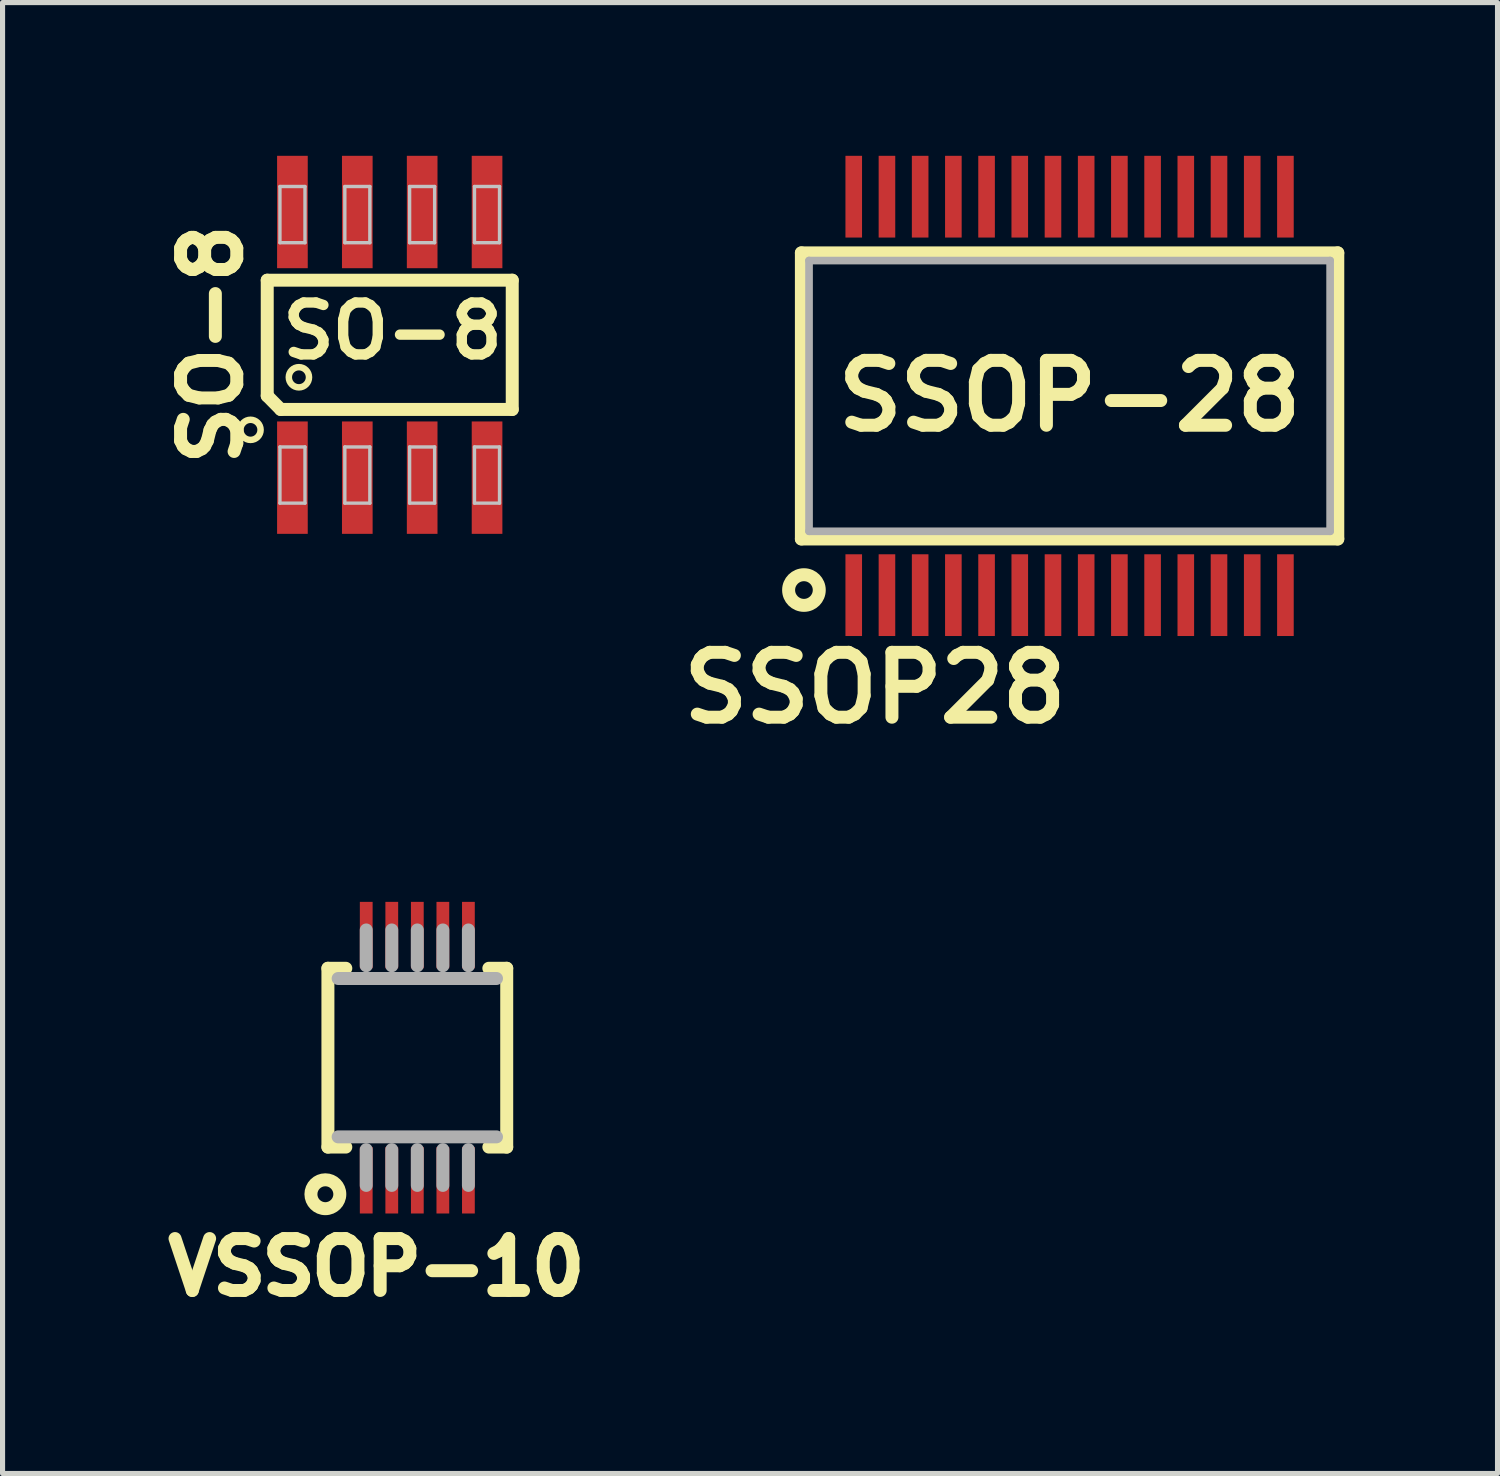
<source format=kicad_pcb>
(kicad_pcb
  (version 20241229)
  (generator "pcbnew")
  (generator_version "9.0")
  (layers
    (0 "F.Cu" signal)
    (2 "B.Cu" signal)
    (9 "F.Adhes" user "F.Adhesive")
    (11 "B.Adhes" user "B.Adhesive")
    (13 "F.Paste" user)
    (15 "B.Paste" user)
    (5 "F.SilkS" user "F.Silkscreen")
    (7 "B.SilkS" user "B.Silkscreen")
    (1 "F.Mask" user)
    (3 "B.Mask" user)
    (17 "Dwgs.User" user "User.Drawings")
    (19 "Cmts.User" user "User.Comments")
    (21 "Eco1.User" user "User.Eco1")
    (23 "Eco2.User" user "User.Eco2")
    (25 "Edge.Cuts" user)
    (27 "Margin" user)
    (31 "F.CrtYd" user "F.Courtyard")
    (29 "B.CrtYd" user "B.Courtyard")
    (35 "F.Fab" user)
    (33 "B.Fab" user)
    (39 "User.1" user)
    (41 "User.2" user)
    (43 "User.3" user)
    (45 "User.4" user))
  (footprint "SO-8"
    (layer "F.Cu")
    (at 4.579 3.7)
    (property "Reference" "SO-8" (at -3.49 -0.008 90) (layer "F.SilkS") (effects (font (size 1.1 1.1) (thickness 0.254))))
    (attr smd)
    (fp_line (start -2.398 -1.265) (end 2.398 -1.265) (stroke (width 0.254) (type solid)) (layer "F.SilkS"))
    (fp_line (start -2.398 0.998) (end -2.398 -1.265) (stroke (width 0.254) (type solid)) (layer "F.SilkS"))
    (fp_line (start -2.134 1.265) (end -2.398 0.998) (stroke (width 0.254) (type solid)) (layer "F.SilkS"))
    (fp_line (start 2.398 -1.265) (end 2.398 1.265) (stroke (width 0.254) (type solid)) (layer "F.SilkS"))
    (fp_line (start 2.398 1.265) (end -2.134 1.265) (stroke (width 0.254) (type solid)) (layer "F.SilkS"))
    (fp_circle (center -2.725 1.664) (end -2.865 1.803) (stroke (width 0.127) (type solid)) (fill no) (layer "F.SilkS"))
    (fp_circle (center -1.778 0.635) (end -1.918 0.775) (stroke (width 0.127) (type solid)) (fill no) (layer "F.SilkS"))
    (fp_line (start -2.149 -3.099) (end -1.659 -3.099) (stroke (width 0.066) (type solid)) (layer "Dwgs.User"))
    (fp_line (start -2.149 -1.999) (end -2.149 -3.099) (stroke (width 0.066) (type solid)) (layer "Dwgs.User"))
    (fp_line (start -2.149 -1.999) (end -1.659 -1.999) (stroke (width 0.066) (type solid)) (layer "Dwgs.User"))
    (fp_line (start -2.149 1.999) (end -1.659 1.999) (stroke (width 0.066) (type solid)) (layer "Dwgs.User"))
    (fp_line (start -2.149 3.099) (end -2.149 1.999) (stroke (width 0.066) (type solid)) (layer "Dwgs.User"))
    (fp_line (start -2.149 3.099) (end -1.659 3.099) (stroke (width 0.066) (type solid)) (layer "Dwgs.User"))
    (fp_line (start -1.659 -1.999) (end -1.659 -3.099) (stroke (width 0.066) (type solid)) (layer "Dwgs.User"))
    (fp_line (start -1.659 3.099) (end -1.659 1.999) (stroke (width 0.066) (type solid)) (layer "Dwgs.User"))
    (fp_line (start -0.879 -3.099) (end -0.389 -3.099) (stroke (width 0.066) (type solid)) (layer "Dwgs.User"))
    (fp_line (start -0.879 -1.999) (end -0.879 -3.099) (stroke (width 0.066) (type solid)) (layer "Dwgs.User"))
    (fp_line (start -0.879 -1.999) (end -0.389 -1.999) (stroke (width 0.066) (type solid)) (layer "Dwgs.User"))
    (fp_line (start -0.879 1.999) (end -0.389 1.999) (stroke (width 0.066) (type solid)) (layer "Dwgs.User"))
    (fp_line (start -0.879 3.099) (end -0.879 1.999) (stroke (width 0.066) (type solid)) (layer "Dwgs.User"))
    (fp_line (start -0.879 3.099) (end -0.389 3.099) (stroke (width 0.066) (type solid)) (layer "Dwgs.User"))
    (fp_line (start -0.389 -1.999) (end -0.389 -3.099) (stroke (width 0.066) (type solid)) (layer "Dwgs.User"))
    (fp_line (start -0.389 3.099) (end -0.389 1.999) (stroke (width 0.066) (type solid)) (layer "Dwgs.User"))
    (fp_line (start 0.389 -3.099) (end 0.879 -3.099) (stroke (width 0.066) (type solid)) (layer "Dwgs.User"))
    (fp_line (start 0.389 -1.999) (end 0.389 -3.099) (stroke (width 0.066) (type solid)) (layer "Dwgs.User"))
    (fp_line (start 0.389 -1.999) (end 0.879 -1.999) (stroke (width 0.066) (type solid)) (layer "Dwgs.User"))
    (fp_line (start 0.389 1.999) (end 0.879 1.999) (stroke (width 0.066) (type solid)) (layer "Dwgs.User"))
    (fp_line (start 0.389 3.099) (end 0.389 1.999) (stroke (width 0.066) (type solid)) (layer "Dwgs.User"))
    (fp_line (start 0.389 3.099) (end 0.879 3.099) (stroke (width 0.066) (type solid)) (layer "Dwgs.User"))
    (fp_line (start 0.879 -1.999) (end 0.879 -3.099) (stroke (width 0.066) (type solid)) (layer "Dwgs.User"))
    (fp_line (start 0.879 3.099) (end 0.879 1.999) (stroke (width 0.066) (type solid)) (layer "Dwgs.User"))
    (fp_line (start 1.659 -3.099) (end 2.149 -3.099) (stroke (width 0.066) (type solid)) (layer "Dwgs.User"))
    (fp_line (start 1.659 -1.999) (end 1.659 -3.099) (stroke (width 0.066) (type solid)) (layer "Dwgs.User"))
    (fp_line (start 1.659 -1.999) (end 2.149 -1.999) (stroke (width 0.066) (type solid)) (layer "Dwgs.User"))
    (fp_line (start 1.659 1.999) (end 2.149 1.999) (stroke (width 0.066) (type solid)) (layer "Dwgs.User"))
    (fp_line (start 1.659 3.099) (end 1.659 1.999) (stroke (width 0.066) (type solid)) (layer "Dwgs.User"))
    (fp_line (start 1.659 3.099) (end 2.149 3.099) (stroke (width 0.066) (type solid)) (layer "Dwgs.User"))
    (fp_line (start 2.149 -1.999) (end 2.149 -3.099) (stroke (width 0.066) (type solid)) (layer "Dwgs.User"))
    (fp_line (start 2.149 3.099) (end 2.149 1.999) (stroke (width 0.066) (type solid)) (layer "Dwgs.User"))
    (fp_text user "SO-8" (at 0.056 -0.272 0) (layer "F.SilkS") (effects (font (size 1.016 1.016) (thickness 0.203))))
    (pad "1" smd rect (at -1.905 2.6) (size 0.6 2.2) (layers "F.Cu" "F.Mask" "F.Paste"))
    (pad "2" smd rect (at -0.635 2.6) (size 0.6 2.2) (layers "F.Cu" "F.Mask" "F.Paste"))
    (pad "3" smd rect (at 0.635 2.6) (size 0.6 2.2) (layers "F.Cu" "F.Mask" "F.Paste"))
    (pad "4" smd rect (at 1.905 2.6) (size 0.6 2.2) (layers "F.Cu" "F.Mask" "F.Paste"))
    (pad "5" smd rect (at 1.905 -2.6) (size 0.6 2.2) (layers "F.Cu" "F.Mask" "F.Paste"))
    (pad "6" smd rect (at 0.635 -2.6) (size 0.6 2.2) (layers "F.Cu" "F.Mask" "F.Paste"))
    (pad "7" smd rect (at -0.635 -2.6) (size 0.6 2.2) (layers "F.Cu" "F.Mask" "F.Paste"))
    (pad "8" smd rect (at -1.905 -2.6) (size 0.6 2.2) (layers "F.Cu" "F.Mask" "F.Paste")))
  (footprint "VSSOP-10"
    (layer "F.Cu")
    (at 5.119 17.654)
    (property "Reference" "VSSOP-10" (at -0.8 4.1 0) (layer "F.SilkS") (effects (font (size 1.016 1.016) (thickness 0.254))))
    (attr smd)
    (fp_line (start -1.75 1.75) (end -1.75 -1.75) (stroke (width 0.254) (type solid)) (layer "F.SilkS"))
    (fp_line (start -1.4 -1.75) (end -1.75 -1.75) (stroke (width 0.254) (type solid)) (layer "F.SilkS"))
    (fp_line (start -1.4 1.75) (end -1.75 1.75) (stroke (width 0.254) (type solid)) (layer "F.SilkS"))
    (fp_line (start 1.75 -1.75) (end 1.4 -1.75) (stroke (width 0.254) (type solid)) (layer "F.SilkS"))
    (fp_line (start 1.75 -1.75) (end 1.75 1.75) (stroke (width 0.254) (type solid)) (layer "F.SilkS"))
    (fp_line (start 1.75 1.75) (end 1.4 1.75) (stroke (width 0.254) (type solid)) (layer "F.SilkS"))
    (fp_circle (center -1.8 2.673) (end -1.6 2.873) (stroke (width 0.254) (type solid)) (fill no) (layer "F.SilkS"))
    (fp_line (start -1.55 -1.55) (end 1.55 -1.55) (stroke (width 0.254) (type solid)) (layer "F.Fab"))
    (fp_line (start -1 -2.5) (end -1 -1.8) (stroke (width 0.254) (type solid)) (layer "F.Fab"))
    (fp_line (start -1 1.8) (end -1 2.5) (stroke (width 0.254) (type solid)) (layer "F.Fab"))
    (fp_line (start -0.5 -2.5) (end -0.5 -1.8) (stroke (width 0.254) (type solid)) (layer "F.Fab"))
    (fp_line (start -0.5 1.8) (end -0.5 2.5) (stroke (width 0.254) (type solid)) (layer "F.Fab"))
    (fp_line (start 0 -2.5) (end 0 -1.8) (stroke (width 0.254) (type solid)) (layer "F.Fab"))
    (fp_line (start 0 1.8) (end 0 2.5) (stroke (width 0.254) (type solid)) (layer "F.Fab"))
    (fp_line (start 0.5 -2.5) (end 0.5 -1.8) (stroke (width 0.254) (type solid)) (layer "F.Fab"))
    (fp_line (start 0.5 1.8) (end 0.5 2.5) (stroke (width 0.254) (type solid)) (layer "F.Fab"))
    (fp_line (start 1 -2.5) (end 1 -1.8) (stroke (width 0.254) (type solid)) (layer "F.Fab"))
    (fp_line (start 1 1.8) (end 1 2.5) (stroke (width 0.254) (type solid)) (layer "F.Fab"))
    (fp_line (start 1.55 1.55) (end -1.55 1.55) (stroke (width 0.254) (type solid)) (layer "F.Fab"))
    (pad "1" smd rect (at -1 2.4) (size 0.25 1.3) (layers "F.Cu" "F.Mask" "F.Paste"))
    (pad "2" smd rect (at -0.5 2.4) (size 0.25 1.3) (layers "F.Cu" "F.Mask" "F.Paste"))
    (pad "3" smd rect (at 0 2.4) (size 0.25 1.3) (layers "F.Cu" "F.Mask" "F.Paste"))
    (pad "4" smd rect (at 0.5 2.4) (size 0.25 1.3) (layers "F.Cu" "F.Mask" "F.Paste"))
    (pad "5" smd rect (at 1 2.4) (size 0.25 1.3) (layers "F.Cu" "F.Mask" "F.Paste"))
    (pad "6" smd rect (at 1 -2.4) (size 0.25 1.3) (layers "F.Cu" "F.Mask" "F.Paste"))
    (pad "7" smd rect (at 0.5 -2.4) (size 0.25 1.3) (layers "F.Cu" "F.Mask" "F.Paste"))
    (pad "8" smd rect (at 0 -2.4) (size 0.25 1.3) (layers "F.Cu" "F.Mask" "F.Paste"))
    (pad "9" smd rect (at -0.5 -2.4) (size 0.25 1.3) (layers "F.Cu" "F.Mask" "F.Paste"))
    (pad "10" smd rect (at -1 -2.4) (size 0.25 1.3) (layers "F.Cu" "F.Mask" "F.Paste")))
  (footprint "SSOP28"
    (layer "F.Cu")
    (at 17.887 4.7)
    (property "Reference" "SSOP28" (at -3.81 5.715 0) (layer "F.SilkS") (effects (font (size 1.27 1.27) (thickness 0.254))))
    (attr smd)
    (fp_line (start -5.25 -2.8) (end 5.25 -2.8) (stroke (width 0.254) (type solid)) (layer "F.SilkS"))
    (fp_line (start -5.25 2.8) (end -5.25 -2.8) (stroke (width 0.254) (type solid)) (layer "F.SilkS"))
    (fp_line (start 5.25 -2.8) (end 5.25 2.8) (stroke (width 0.254) (type solid)) (layer "F.SilkS"))
    (fp_line (start 5.25 2.8) (end -5.25 2.8) (stroke (width 0.254) (type solid)) (layer "F.SilkS"))
    (fp_circle (center -5.2 3.8) (end -5.2 3.5) (stroke (width 0.254) (type solid)) (fill no) (layer "F.SilkS"))
    (fp_line (start -5.1 -2.65) (end -5.1 2.65) (stroke (width 0.15) (type solid)) (layer "F.Fab"))
    (fp_line (start -5.1 2.65) (end 5.1 2.65) (stroke (width 0.15) (type solid)) (layer "F.Fab"))
    (fp_line (start 5.1 -2.65) (end -5.1 -2.65) (stroke (width 0.15) (type solid)) (layer "F.Fab"))
    (fp_line (start 5.1 2.65) (end 5.1 -2.65) (stroke (width 0.15) (type solid)) (layer "F.Fab"))
    (fp_text user "SSOP-28" (at 0 0 0) (layer "F.SilkS") (effects (font (size 1.27 1.27) (thickness 0.254))))
    (pad "1" smd rect (at -4.225 3.9 90) (size 1.6 0.325) (layers "F.Cu" "F.Mask" "F.Paste"))
    (pad "2" smd rect (at -3.575 3.9 90) (size 1.6 0.325) (layers "F.Cu" "F.Mask" "F.Paste"))
    (pad "3" smd rect (at -2.925 3.9 90) (size 1.6 0.325) (layers "F.Cu" "F.Mask" "F.Paste"))
    (pad "4" smd rect (at -2.275 3.9 90) (size 1.6 0.325) (layers "F.Cu" "F.Mask" "F.Paste"))
    (pad "5" smd rect (at -1.625 3.9 90) (size 1.6 0.325) (layers "F.Cu" "F.Mask" "F.Paste"))
    (pad "6" smd rect (at -0.975 3.9 90) (size 1.6 0.325) (layers "F.Cu" "F.Mask" "F.Paste"))
    (pad "7" smd rect (at -0.325 3.9 90) (size 1.6 0.325) (layers "F.Cu" "F.Mask" "F.Paste"))
    (pad "8" smd rect (at 0.325 3.9 90) (size 1.6 0.325) (layers "F.Cu" "F.Mask" "F.Paste"))
    (pad "9" smd rect (at 0.975 3.9 90) (size 1.6 0.325) (layers "F.Cu" "F.Mask" "F.Paste"))
    (pad "10" smd rect (at 1.625 3.9 90) (size 1.6 0.325) (layers "F.Cu" "F.Mask" "F.Paste"))
    (pad "11" smd rect (at 2.275 3.9 90) (size 1.6 0.325) (layers "F.Cu" "F.Mask" "F.Paste"))
    (pad "12" smd rect (at 2.925 3.9 90) (size 1.6 0.325) (layers "F.Cu" "F.Mask" "F.Paste"))
    (pad "13" smd rect (at 3.575 3.9 90) (size 1.6 0.325) (layers "F.Cu" "F.Mask" "F.Paste"))
    (pad "14" smd rect (at 4.225 3.9 90) (size 1.6 0.325) (layers "F.Cu" "F.Mask" "F.Paste"))
    (pad "15" smd rect (at 4.225 -3.9 90) (size 1.6 0.325) (layers "F.Cu" "F.Mask" "F.Paste"))
    (pad "16" smd rect (at 3.575 -3.9 90) (size 1.6 0.325) (layers "F.Cu" "F.Mask" "F.Paste"))
    (pad "17" smd rect (at 2.925 -3.9 90) (size 1.6 0.325) (layers "F.Cu" "F.Mask" "F.Paste"))
    (pad "18" smd rect (at 2.275 -3.9 90) (size 1.6 0.325) (layers "F.Cu" "F.Mask" "F.Paste"))
    (pad "19" smd rect (at 1.625 -3.9 90) (size 1.6 0.325) (layers "F.Cu" "F.Mask" "F.Paste"))
    (pad "20" smd rect (at 0.975 -3.9 90) (size 1.6 0.325) (layers "F.Cu" "F.Mask" "F.Paste"))
    (pad "21" smd rect (at 0.325 -3.9 90) (size 1.6 0.325) (layers "F.Cu" "F.Mask" "F.Paste"))
    (pad "22" smd rect (at -0.325 -3.9 90) (size 1.6 0.325) (layers "F.Cu" "F.Mask" "F.Paste"))
    (pad "23" smd rect (at -0.975 -3.9 90) (size 1.6 0.325) (layers "F.Cu" "F.Mask" "F.Paste"))
    (pad "24" smd rect (at -1.625 -3.9 90) (size 1.6 0.325) (layers "F.Cu" "F.Mask" "F.Paste"))
    (pad "25" smd rect (at -2.275 -3.9 90) (size 1.6 0.325) (layers "F.Cu" "F.Mask" "F.Paste"))
    (pad "26" smd rect (at -2.925 -3.9 90) (size 1.6 0.325) (layers "F.Cu" "F.Mask" "F.Paste"))
    (pad "27" smd rect (at -3.575 -3.9 90) (size 1.6 0.325) (layers "F.Cu" "F.Mask" "F.Paste"))
    (pad "28" smd rect (at -4.225 -3.9 90) (size 1.6 0.325) (layers "F.Cu" "F.Mask" "F.Paste")))
  (gr_rect
    (start -3 -3)
    (end 26.264 25.794)
    (stroke (width 0.1) (type default))
    (fill no)
    (layer "Edge.Cuts")))
</source>
